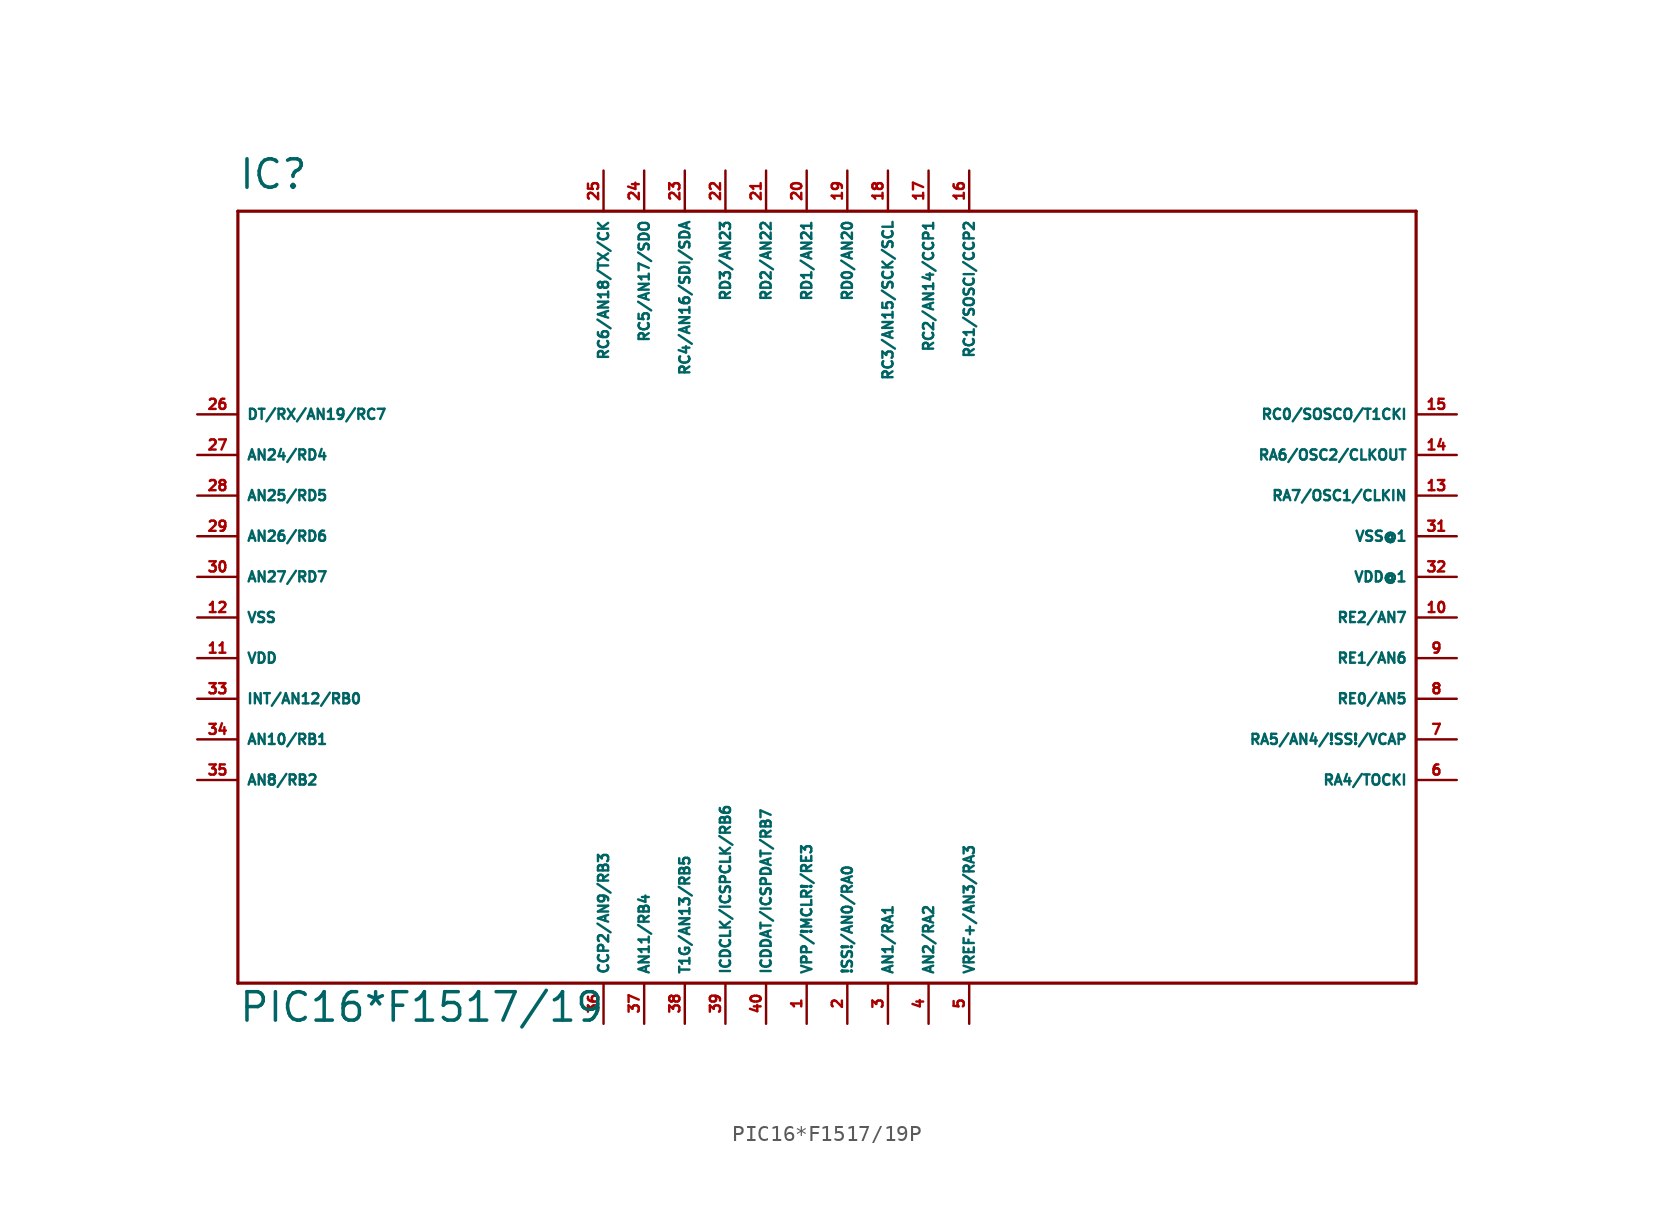
<source format=kicad_sym>
(kicad_symbol_lib
  (version 20220914)
  (generator Eagle2Kicad)
  (symbol "PIC16*F1517/19P"
    (property "Reference" "IC"
      (at -33.02 24.13 0)
      (effects (font (size 1.778 1.778) (thickness 0.22)) (justify left bottom)))
    (property "Value" "PIC16*F1517/19"
      (at -33.02 -27.94 0)
      (effects (font (size 1.778 1.778) (thickness 0.22)) (justify left bottom)))
    (polyline
      (pts (xy -33.02 22.86) (xy -33.02 -25.4))
      (stroke (width 0.2) (type default))
      (fill (type none)))
    (polyline
      (pts (xy -33.02 -25.4) (xy 40.64 -25.4))
      (stroke (width 0.2) (type default))
      (fill (type none)))
    (polyline
      (pts (xy 40.64 -25.4) (xy 40.64 22.86))
      (stroke (width 0.2) (type default))
      (fill (type none)))
    (polyline
      (pts (xy 40.64 22.86) (xy -33.02 22.86))
      (stroke (width 0.2) (type default))
      (fill (type none)))
    (pin bidirectional line
      (at -35.56 10.16 0)
      (length 2.54)
      (name "DT/RX/AN19/RC7" (effects (font (size 0.635 0.635) (thickness 0.08)) (justify left bottom)))
      (number "26" (effects (font (size 0.635 0.635) (thickness 0.08)) (justify left bottom))))
    (pin bidirectional line
      (at -35.56 7.62 0)
      (length 2.54)
      (name "AN24/RD4" (effects (font (size 0.635 0.635) (thickness 0.08)) (justify left bottom)))
      (number "27" (effects (font (size 0.635 0.635) (thickness 0.08)) (justify left bottom))))
    (pin bidirectional line
      (at -35.56 5.08 0)
      (length 2.54)
      (name "AN25/RD5" (effects (font (size 0.635 0.635) (thickness 0.08)) (justify left bottom)))
      (number "28" (effects (font (size 0.635 0.635) (thickness 0.08)) (justify left bottom))))
    (pin bidirectional line
      (at -35.56 2.54 0)
      (length 2.54)
      (name "AN26/RD6" (effects (font (size 0.635 0.635) (thickness 0.08)) (justify left bottom)))
      (number "29" (effects (font (size 0.635 0.635) (thickness 0.08)) (justify left bottom))))
    (pin bidirectional line
      (at -35.56 0 0)
      (length 2.54)
      (name "AN27/RD7" (effects (font (size 0.635 0.635) (thickness 0.08)) (justify left bottom)))
      (number "30" (effects (font (size 0.635 0.635) (thickness 0.08)) (justify left bottom))))
    (pin bidirectional line
      (at -35.56 -7.62 0)
      (length 2.54)
      (name "INT/AN12/RB0" (effects (font (size 0.635 0.635) (thickness 0.08)) (justify left bottom)))
      (number "33" (effects (font (size 0.635 0.635) (thickness 0.08)) (justify left bottom))))
    (pin bidirectional line
      (at -35.56 -10.16 0)
      (length 2.54)
      (name "AN10/RB1" (effects (font (size 0.635 0.635) (thickness 0.08)) (justify left bottom)))
      (number "34" (effects (font (size 0.635 0.635) (thickness 0.08)) (justify left bottom))))
    (pin bidirectional line
      (at -35.56 -12.7 0)
      (length 2.54)
      (name "AN8/RB2" (effects (font (size 0.635 0.635) (thickness 0.08)) (justify left bottom)))
      (number "35" (effects (font (size 0.635 0.635) (thickness 0.08)) (justify left bottom))))
    (pin bidirectional line
      (at -10.16 -27.94 90)
      (length 2.54)
      (name "CCP2/AN9/RB3" (effects (font (size 0.635 0.635) (thickness 0.08)) (justify left bottom)))
      (number "36" (effects (font (size 0.635 0.635) (thickness 0.08)) (justify left bottom))))
    (pin bidirectional line
      (at -7.62 -27.94 90)
      (length 2.54)
      (name "AN11/RB4" (effects (font (size 0.635 0.635) (thickness 0.08)) (justify left bottom)))
      (number "37" (effects (font (size 0.635 0.635) (thickness 0.08)) (justify left bottom))))
    (pin bidirectional line
      (at -5.08 -27.94 90)
      (length 2.54)
      (name "T1G/AN13/RB5" (effects (font (size 0.635 0.635) (thickness 0.08)) (justify left bottom)))
      (number "38" (effects (font (size 0.635 0.635) (thickness 0.08)) (justify left bottom))))
    (pin bidirectional line
      (at -2.54 -27.94 90)
      (length 2.54)
      (name "ICDCLK/ICSPCLK/RB6" (effects (font (size 0.635 0.635) (thickness 0.08)) (justify left bottom)))
      (number "39" (effects (font (size 0.635 0.635) (thickness 0.08)) (justify left bottom))))
    (pin bidirectional line
      (at 0 -27.94 90)
      (length 2.54)
      (name "ICDDAT/ICSPDAT/RB7" (effects (font (size 0.635 0.635) (thickness 0.08)) (justify left bottom)))
      (number "40" (effects (font (size 0.635 0.635) (thickness 0.08)) (justify left bottom))))
    (pin input line
      (at 2.54 -27.94 90)
      (length 2.54)
      (name "VPP/!MCLR!/RE3" (effects (font (size 0.635 0.635) (thickness 0.08)) (justify left bottom)))
      (number "1" (effects (font (size 0.635 0.635) (thickness 0.08)) (justify left bottom))))
    (pin bidirectional line
      (at 5.08 -27.94 90)
      (length 2.54)
      (name "!SS!/AN0/RA0" (effects (font (size 0.635 0.635) (thickness 0.08)) (justify left bottom)))
      (number "2" (effects (font (size 0.635 0.635) (thickness 0.08)) (justify left bottom))))
    (pin bidirectional line
      (at 7.62 -27.94 90)
      (length 2.54)
      (name "AN1/RA1" (effects (font (size 0.635 0.635) (thickness 0.08)) (justify left bottom)))
      (number "3" (effects (font (size 0.635 0.635) (thickness 0.08)) (justify left bottom))))
    (pin bidirectional line
      (at 10.16 -27.94 90)
      (length 2.54)
      (name "AN2/RA2" (effects (font (size 0.635 0.635) (thickness 0.08)) (justify left bottom)))
      (number "4" (effects (font (size 0.635 0.635) (thickness 0.08)) (justify left bottom))))
    (pin bidirectional line
      (at 12.7 -27.94 90)
      (length 2.54)
      (name "VREF+/AN3/RA3" (effects (font (size 0.635 0.635) (thickness 0.08)) (justify left bottom)))
      (number "5" (effects (font (size 0.635 0.635) (thickness 0.08)) (justify left bottom))))
    (pin bidirectional line
      (at 43.18 -12.7 180)
      (length 2.54)
      (name "RA4/TOCKI" (effects (font (size 0.635 0.635) (thickness 0.08)) (justify left bottom)))
      (number "6" (effects (font (size 0.635 0.635) (thickness 0.08)) (justify left bottom))))
    (pin bidirectional line
      (at 43.18 -10.16 180)
      (length 2.54)
      (name "RA5/AN4/!SS!/VCAP" (effects (font (size 0.635 0.635) (thickness 0.08)) (justify left bottom)))
      (number "7" (effects (font (size 0.635 0.635) (thickness 0.08)) (justify left bottom))))
    (pin bidirectional line
      (at 43.18 -7.62 180)
      (length 2.54)
      (name "RE0/AN5" (effects (font (size 0.635 0.635) (thickness 0.08)) (justify left bottom)))
      (number "8" (effects (font (size 0.635 0.635) (thickness 0.08)) (justify left bottom))))
    (pin bidirectional line
      (at 43.18 -5.08 180)
      (length 2.54)
      (name "RE1/AN6" (effects (font (size 0.635 0.635) (thickness 0.08)) (justify left bottom)))
      (number "9" (effects (font (size 0.635 0.635) (thickness 0.08)) (justify left bottom))))
    (pin bidirectional line
      (at 43.18 5.08 180)
      (length 2.54)
      (name "RA7/OSC1/CLKIN" (effects (font (size 0.635 0.635) (thickness 0.08)) (justify left bottom)))
      (number "13" (effects (font (size 0.635 0.635) (thickness 0.08)) (justify left bottom))))
    (pin bidirectional line
      (at 43.18 7.62 180)
      (length 2.54)
      (name "RA6/OSC2/CLKOUT" (effects (font (size 0.635 0.635) (thickness 0.08)) (justify left bottom)))
      (number "14" (effects (font (size 0.635 0.635) (thickness 0.08)) (justify left bottom))))
    (pin bidirectional line
      (at 43.18 10.16 180)
      (length 2.54)
      (name "RC0/SOSCO/T1CKI" (effects (font (size 0.635 0.635) (thickness 0.08)) (justify left bottom)))
      (number "15" (effects (font (size 0.635 0.635) (thickness 0.08)) (justify left bottom))))
    (pin bidirectional line
      (at 12.7 25.4 270)
      (length 2.54)
      (name "RC1/SOSCI/CCP2" (effects (font (size 0.635 0.635) (thickness 0.08)) (justify left bottom)))
      (number "16" (effects (font (size 0.635 0.635) (thickness 0.08)) (justify left bottom))))
    (pin bidirectional line
      (at 10.16 25.4 270)
      (length 2.54)
      (name "RC2/AN14/CCP1" (effects (font (size 0.635 0.635) (thickness 0.08)) (justify left bottom)))
      (number "17" (effects (font (size 0.635 0.635) (thickness 0.08)) (justify left bottom))))
    (pin bidirectional line
      (at 7.62 25.4 270)
      (length 2.54)
      (name "RC3/AN15/SCK/SCL" (effects (font (size 0.635 0.635) (thickness 0.08)) (justify left bottom)))
      (number "18" (effects (font (size 0.635 0.635) (thickness 0.08)) (justify left bottom))))
    (pin bidirectional line
      (at 5.08 25.4 270)
      (length 2.54)
      (name "RD0/AN20" (effects (font (size 0.635 0.635) (thickness 0.08)) (justify left bottom)))
      (number "19" (effects (font (size 0.635 0.635) (thickness 0.08)) (justify left bottom))))
    (pin bidirectional line
      (at 2.54 25.4 270)
      (length 2.54)
      (name "RD1/AN21" (effects (font (size 0.635 0.635) (thickness 0.08)) (justify left bottom)))
      (number "20" (effects (font (size 0.635 0.635) (thickness 0.08)) (justify left bottom))))
    (pin bidirectional line
      (at 0 25.4 270)
      (length 2.54)
      (name "RD2/AN22" (effects (font (size 0.635 0.635) (thickness 0.08)) (justify left bottom)))
      (number "21" (effects (font (size 0.635 0.635) (thickness 0.08)) (justify left bottom))))
    (pin bidirectional line
      (at -2.54 25.4 270)
      (length 2.54)
      (name "RD3/AN23" (effects (font (size 0.635 0.635) (thickness 0.08)) (justify left bottom)))
      (number "22" (effects (font (size 0.635 0.635) (thickness 0.08)) (justify left bottom))))
    (pin bidirectional line
      (at -5.08 25.4 270)
      (length 2.54)
      (name "RC4/AN16/SDI/SDA" (effects (font (size 0.635 0.635) (thickness 0.08)) (justify left bottom)))
      (number "23" (effects (font (size 0.635 0.635) (thickness 0.08)) (justify left bottom))))
    (pin bidirectional line
      (at -7.62 25.4 270)
      (length 2.54)
      (name "RC5/AN17/SDO" (effects (font (size 0.635 0.635) (thickness 0.08)) (justify left bottom)))
      (number "24" (effects (font (size 0.635 0.635) (thickness 0.08)) (justify left bottom))))
    (pin bidirectional line
      (at -10.16 25.4 270)
      (length 2.54)
      (name "RC6/AN18/TX/CK" (effects (font (size 0.635 0.635) (thickness 0.08)) (justify left bottom)))
      (number "25" (effects (font (size 0.635 0.635) (thickness 0.08)) (justify left bottom))))
    (pin unspecified line
      (at -35.56 -2.54 0)
      (length 2.54)
      (name "VSS" (effects (font (size 0.635 0.635) (thickness 0.08)) (justify left bottom)))
      (number "12" (effects (font (size 0.635 0.635) (thickness 0.08)) (justify left bottom))))
    (pin unspecified line
      (at 43.18 2.54 180)
      (length 2.54)
      (name "VSS@1" (effects (font (size 0.635 0.635) (thickness 0.08)) (justify left bottom)))
      (number "31" (effects (font (size 0.635 0.635) (thickness 0.08)) (justify left bottom))))
    (pin unspecified line
      (at -35.56 -5.08 0)
      (length 2.54)
      (name "VDD" (effects (font (size 0.635 0.635) (thickness 0.08)) (justify left bottom)))
      (number "11" (effects (font (size 0.635 0.635) (thickness 0.08)) (justify left bottom))))
    (pin unspecified line
      (at 43.18 0 180)
      (length 2.54)
      (name "VDD@1" (effects (font (size 0.635 0.635) (thickness 0.08)) (justify left bottom)))
      (number "32" (effects (font (size 0.635 0.635) (thickness 0.08)) (justify left bottom))))
    (pin bidirectional line
      (at 43.18 -2.54 180)
      (length 2.54)
      (name "RE2/AN7" (effects (font (size 0.635 0.635) (thickness 0.08)) (justify left bottom)))
      (number "10" (effects (font (size 0.635 0.635) (thickness 0.08)) (justify left bottom))))))
</source>
